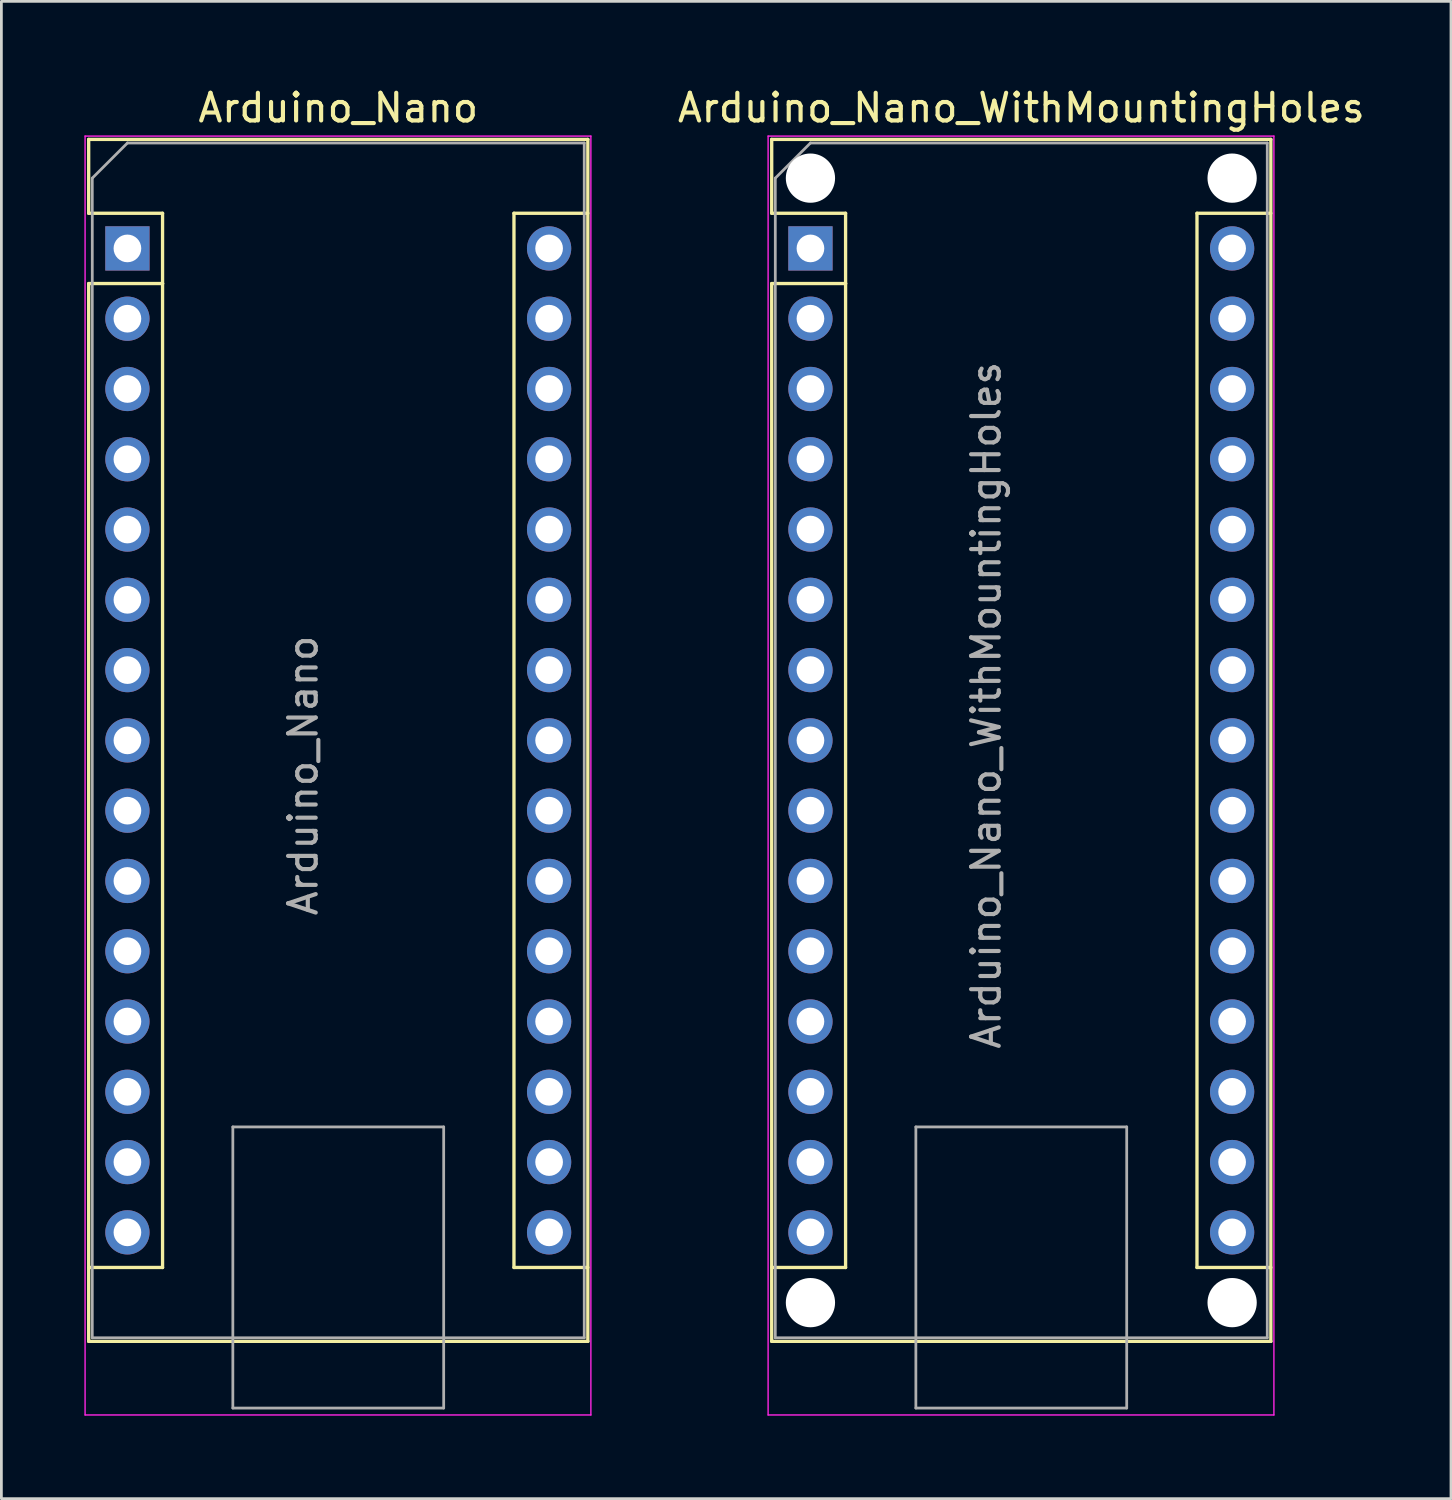
<source format=kicad_pcb>
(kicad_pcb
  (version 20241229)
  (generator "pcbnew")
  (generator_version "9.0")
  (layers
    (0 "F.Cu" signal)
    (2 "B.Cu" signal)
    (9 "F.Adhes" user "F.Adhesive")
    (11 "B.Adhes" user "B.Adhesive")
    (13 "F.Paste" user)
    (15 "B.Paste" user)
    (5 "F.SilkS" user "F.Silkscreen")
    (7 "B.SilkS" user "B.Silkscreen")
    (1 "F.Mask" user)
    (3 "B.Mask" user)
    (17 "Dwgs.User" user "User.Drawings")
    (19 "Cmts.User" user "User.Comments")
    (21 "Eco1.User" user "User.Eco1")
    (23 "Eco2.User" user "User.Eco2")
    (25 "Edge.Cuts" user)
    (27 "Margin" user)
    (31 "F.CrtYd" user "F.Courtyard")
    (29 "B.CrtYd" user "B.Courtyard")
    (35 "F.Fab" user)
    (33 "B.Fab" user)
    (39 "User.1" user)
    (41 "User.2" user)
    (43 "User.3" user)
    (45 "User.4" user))
  (footprint "Arduino_Nano_WithMountingHoles"
    (layer "F.Cu")
    (at 26.24 5.928)
    (property "Reference" "Arduino_Nano_WithMountingHoles" (at 7.62 -5.08 0) (layer "F.SilkS") (effects (font (size 1 1) (thickness 0.15))))
    (attr through_hole)
    (fp_line (start -1.4 -3.94) (end -1.4 -1.27) (stroke (width 0.12) (type solid)) (layer "F.SilkS"))
    (fp_line (start -1.4 1.27) (end -1.4 39.5) (stroke (width 0.12) (type solid)) (layer "F.SilkS"))
    (fp_line (start -1.4 39.5) (end 16.64 39.5) (stroke (width 0.12) (type solid)) (layer "F.SilkS"))
    (fp_line (start 1.27 -1.27) (end -1.4 -1.27) (stroke (width 0.12) (type solid)) (layer "F.SilkS"))
    (fp_line (start 1.27 1.27) (end -1.4 1.27) (stroke (width 0.12) (type solid)) (layer "F.SilkS"))
    (fp_line (start 1.27 1.27) (end 1.27 -1.27) (stroke (width 0.12) (type solid)) (layer "F.SilkS"))
    (fp_line (start 1.27 1.27) (end 1.27 36.83) (stroke (width 0.12) (type solid)) (layer "F.SilkS"))
    (fp_line (start 1.27 36.83) (end -1.4 36.83) (stroke (width 0.12) (type solid)) (layer "F.SilkS"))
    (fp_line (start 13.97 -1.27) (end 13.97 36.83) (stroke (width 0.12) (type solid)) (layer "F.SilkS"))
    (fp_line (start 13.97 -1.27) (end 16.64 -1.27) (stroke (width 0.12) (type solid)) (layer "F.SilkS"))
    (fp_line (start 13.97 36.83) (end 16.64 36.83) (stroke (width 0.12) (type solid)) (layer "F.SilkS"))
    (fp_line (start 16.64 -3.94) (end -1.4 -3.94) (stroke (width 0.12) (type solid)) (layer "F.SilkS"))
    (fp_line (start 16.64 39.5) (end 16.64 -3.94) (stroke (width 0.12) (type solid)) (layer "F.SilkS"))
    (fp_line (start -1.53 -4.06) (end -1.53 42.16) (stroke (width 0.05) (type solid)) (layer "F.CrtYd"))
    (fp_line (start -1.53 -4.06) (end 16.75 -4.06) (stroke (width 0.05) (type solid)) (layer "F.CrtYd"))
    (fp_line (start 16.75 42.16) (end -1.53 42.16) (stroke (width 0.05) (type solid)) (layer "F.CrtYd"))
    (fp_line (start 16.75 42.16) (end 16.75 -4.06) (stroke (width 0.05) (type solid)) (layer "F.CrtYd"))
    (fp_line (start -1.27 -2.54) (end 0 -3.81) (stroke (width 0.1) (type solid)) (layer "F.Fab"))
    (fp_line (start -1.27 39.37) (end -1.27 -2.54) (stroke (width 0.1) (type solid)) (layer "F.Fab"))
    (fp_line (start 0 -3.81) (end 16.51 -3.81) (stroke (width 0.1) (type solid)) (layer "F.Fab"))
    (fp_line (start 3.81 31.75) (end 11.43 31.75) (stroke (width 0.1) (type solid)) (layer "F.Fab"))
    (fp_line (start 3.81 41.91) (end 3.81 31.75) (stroke (width 0.1) (type solid)) (layer "F.Fab"))
    (fp_line (start 11.43 31.75) (end 11.43 41.91) (stroke (width 0.1) (type solid)) (layer "F.Fab"))
    (fp_line (start 11.43 41.91) (end 3.81 41.91) (stroke (width 0.1) (type solid)) (layer "F.Fab"))
    (fp_line (start 16.51 -3.81) (end 16.51 39.37) (stroke (width 0.1) (type solid)) (layer "F.Fab"))
    (fp_line (start 16.51 39.37) (end -1.27 39.37) (stroke (width 0.1) (type solid)) (layer "F.Fab"))
    (fp_text user "${REFERENCE}" (at 6.35 16.51 90) (layer "F.Fab") (effects (font (size 1 1) (thickness 0.15))))
    (pad "" np_thru_hole circle (at 0 -2.54) (size 1.78 1.78) (drill 1.78) (layers "*.Cu" "*.Mask"))
    (pad "" np_thru_hole circle (at 0 38.1) (size 1.78 1.78) (drill 1.78) (layers "*.Cu" "*.Mask"))
    (pad "" np_thru_hole circle (at 15.24 -2.54) (size 1.78 1.78) (drill 1.78) (layers "*.Cu" "*.Mask"))
    (pad "" np_thru_hole circle (at 15.24 38.1) (size 1.78 1.78) (drill 1.78) (layers "*.Cu" "*.Mask"))
    (pad "1" thru_hole rect (at 0 0) (size 1.6 1.6) (drill 1) (layers "*.Cu" "*.Mask"))
    (pad "2" thru_hole oval (at 0 2.54) (size 1.6 1.6) (drill 1) (layers "*.Cu" "*.Mask"))
    (pad "3" thru_hole oval (at 0 5.08) (size 1.6 1.6) (drill 1) (layers "*.Cu" "*.Mask"))
    (pad "4" thru_hole oval (at 0 7.62) (size 1.6 1.6) (drill 1) (layers "*.Cu" "*.Mask"))
    (pad "5" thru_hole oval (at 0 10.16) (size 1.6 1.6) (drill 1) (layers "*.Cu" "*.Mask"))
    (pad "6" thru_hole oval (at 0 12.7) (size 1.6 1.6) (drill 1) (layers "*.Cu" "*.Mask"))
    (pad "7" thru_hole oval (at 0 15.24) (size 1.6 1.6) (drill 1) (layers "*.Cu" "*.Mask"))
    (pad "8" thru_hole oval (at 0 17.78) (size 1.6 1.6) (drill 1) (layers "*.Cu" "*.Mask"))
    (pad "9" thru_hole oval (at 0 20.32) (size 1.6 1.6) (drill 1) (layers "*.Cu" "*.Mask"))
    (pad "10" thru_hole oval (at 0 22.86) (size 1.6 1.6) (drill 1) (layers "*.Cu" "*.Mask"))
    (pad "11" thru_hole oval (at 0 25.4) (size 1.6 1.6) (drill 1) (layers "*.Cu" "*.Mask"))
    (pad "12" thru_hole oval (at 0 27.94) (size 1.6 1.6) (drill 1) (layers "*.Cu" "*.Mask"))
    (pad "13" thru_hole oval (at 0 30.48) (size 1.6 1.6) (drill 1) (layers "*.Cu" "*.Mask"))
    (pad "14" thru_hole oval (at 0 33.02) (size 1.6 1.6) (drill 1) (layers "*.Cu" "*.Mask"))
    (pad "15" thru_hole oval (at 0 35.56) (size 1.6 1.6) (drill 1) (layers "*.Cu" "*.Mask"))
    (pad "16" thru_hole oval (at 15.24 35.56) (size 1.6 1.6) (drill 1) (layers "*.Cu" "*.Mask"))
    (pad "17" thru_hole oval (at 15.24 33.02) (size 1.6 1.6) (drill 1) (layers "*.Cu" "*.Mask"))
    (pad "18" thru_hole oval (at 15.24 30.48) (size 1.6 1.6) (drill 1) (layers "*.Cu" "*.Mask"))
    (pad "19" thru_hole oval (at 15.24 27.94) (size 1.6 1.6) (drill 1) (layers "*.Cu" "*.Mask"))
    (pad "20" thru_hole oval (at 15.24 25.4) (size 1.6 1.6) (drill 1) (layers "*.Cu" "*.Mask"))
    (pad "21" thru_hole oval (at 15.24 22.86) (size 1.6 1.6) (drill 1) (layers "*.Cu" "*.Mask"))
    (pad "22" thru_hole oval (at 15.24 20.32) (size 1.6 1.6) (drill 1) (layers "*.Cu" "*.Mask"))
    (pad "23" thru_hole oval (at 15.24 17.78) (size 1.6 1.6) (drill 1) (layers "*.Cu" "*.Mask"))
    (pad "24" thru_hole oval (at 15.24 15.24) (size 1.6 1.6) (drill 1) (layers "*.Cu" "*.Mask"))
    (pad "25" thru_hole oval (at 15.24 12.7) (size 1.6 1.6) (drill 1) (layers "*.Cu" "*.Mask"))
    (pad "26" thru_hole oval (at 15.24 10.16) (size 1.6 1.6) (drill 1) (layers "*.Cu" "*.Mask"))
    (pad "27" thru_hole oval (at 15.24 7.62) (size 1.6 1.6) (drill 1) (layers "*.Cu" "*.Mask"))
    (pad "28" thru_hole oval (at 15.24 5.08) (size 1.6 1.6) (drill 1) (layers "*.Cu" "*.Mask"))
    (pad "29" thru_hole oval (at 15.24 2.54) (size 1.6 1.6) (drill 1) (layers "*.Cu" "*.Mask"))
    (pad "30" thru_hole oval (at 15.24 0) (size 1.6 1.6) (drill 1) (layers "*.Cu" "*.Mask")))
  (footprint "Arduino_Nano"
    (layer "F.Cu")
    (at 1.555 5.928)
    (property "Reference" "Arduino_Nano" (at 7.62 -5.08 0) (layer "F.SilkS") (effects (font (size 1 1) (thickness 0.15))))
    (attr through_hole)
    (fp_line (start -1.4 -3.94) (end -1.4 -1.27) (stroke (width 0.12) (type solid)) (layer "F.SilkS"))
    (fp_line (start -1.4 1.27) (end -1.4 39.5) (stroke (width 0.12) (type solid)) (layer "F.SilkS"))
    (fp_line (start -1.4 39.5) (end 16.64 39.5) (stroke (width 0.12) (type solid)) (layer "F.SilkS"))
    (fp_line (start 1.27 -1.27) (end -1.4 -1.27) (stroke (width 0.12) (type solid)) (layer "F.SilkS"))
    (fp_line (start 1.27 1.27) (end -1.4 1.27) (stroke (width 0.12) (type solid)) (layer "F.SilkS"))
    (fp_line (start 1.27 1.27) (end 1.27 -1.27) (stroke (width 0.12) (type solid)) (layer "F.SilkS"))
    (fp_line (start 1.27 1.27) (end 1.27 36.83) (stroke (width 0.12) (type solid)) (layer "F.SilkS"))
    (fp_line (start 1.27 36.83) (end -1.4 36.83) (stroke (width 0.12) (type solid)) (layer "F.SilkS"))
    (fp_line (start 13.97 -1.27) (end 13.97 36.83) (stroke (width 0.12) (type solid)) (layer "F.SilkS"))
    (fp_line (start 13.97 -1.27) (end 16.64 -1.27) (stroke (width 0.12) (type solid)) (layer "F.SilkS"))
    (fp_line (start 13.97 36.83) (end 16.64 36.83) (stroke (width 0.12) (type solid)) (layer "F.SilkS"))
    (fp_line (start 16.64 -3.94) (end -1.4 -3.94) (stroke (width 0.12) (type solid)) (layer "F.SilkS"))
    (fp_line (start 16.64 39.5) (end 16.64 -3.94) (stroke (width 0.12) (type solid)) (layer "F.SilkS"))
    (fp_line (start -1.53 -4.06) (end -1.53 42.16) (stroke (width 0.05) (type solid)) (layer "F.CrtYd"))
    (fp_line (start -1.53 -4.06) (end 16.75 -4.06) (stroke (width 0.05) (type solid)) (layer "F.CrtYd"))
    (fp_line (start 16.75 42.16) (end -1.53 42.16) (stroke (width 0.05) (type solid)) (layer "F.CrtYd"))
    (fp_line (start 16.75 42.16) (end 16.75 -4.06) (stroke (width 0.05) (type solid)) (layer "F.CrtYd"))
    (fp_line (start -1.27 -2.54) (end 0 -3.81) (stroke (width 0.1) (type solid)) (layer "F.Fab"))
    (fp_line (start -1.27 39.37) (end -1.27 -2.54) (stroke (width 0.1) (type solid)) (layer "F.Fab"))
    (fp_line (start 0 -3.81) (end 16.51 -3.81) (stroke (width 0.1) (type solid)) (layer "F.Fab"))
    (fp_line (start 3.81 31.75) (end 11.43 31.75) (stroke (width 0.1) (type solid)) (layer "F.Fab"))
    (fp_line (start 3.81 41.91) (end 3.81 31.75) (stroke (width 0.1) (type solid)) (layer "F.Fab"))
    (fp_line (start 11.43 31.75) (end 11.43 41.91) (stroke (width 0.1) (type solid)) (layer "F.Fab"))
    (fp_line (start 11.43 41.91) (end 3.81 41.91) (stroke (width 0.1) (type solid)) (layer "F.Fab"))
    (fp_line (start 16.51 -3.81) (end 16.51 39.37) (stroke (width 0.1) (type solid)) (layer "F.Fab"))
    (fp_line (start 16.51 39.37) (end -1.27 39.37) (stroke (width 0.1) (type solid)) (layer "F.Fab"))
    (fp_text user "${REFERENCE}" (at 6.35 19.05 90) (layer "F.Fab") (effects (font (size 1 1) (thickness 0.15))))
    (pad "1" thru_hole rect (at 0 0) (size 1.6 1.6) (drill 1) (layers "*.Cu" "*.Mask"))
    (pad "2" thru_hole oval (at 0 2.54) (size 1.6 1.6) (drill 1) (layers "*.Cu" "*.Mask"))
    (pad "3" thru_hole oval (at 0 5.08) (size 1.6 1.6) (drill 1) (layers "*.Cu" "*.Mask"))
    (pad "4" thru_hole oval (at 0 7.62) (size 1.6 1.6) (drill 1) (layers "*.Cu" "*.Mask"))
    (pad "5" thru_hole oval (at 0 10.16) (size 1.6 1.6) (drill 1) (layers "*.Cu" "*.Mask"))
    (pad "6" thru_hole oval (at 0 12.7) (size 1.6 1.6) (drill 1) (layers "*.Cu" "*.Mask"))
    (pad "7" thru_hole oval (at 0 15.24) (size 1.6 1.6) (drill 1) (layers "*.Cu" "*.Mask"))
    (pad "8" thru_hole oval (at 0 17.78) (size 1.6 1.6) (drill 1) (layers "*.Cu" "*.Mask"))
    (pad "9" thru_hole oval (at 0 20.32) (size 1.6 1.6) (drill 1) (layers "*.Cu" "*.Mask"))
    (pad "10" thru_hole oval (at 0 22.86) (size 1.6 1.6) (drill 1) (layers "*.Cu" "*.Mask"))
    (pad "11" thru_hole oval (at 0 25.4) (size 1.6 1.6) (drill 1) (layers "*.Cu" "*.Mask"))
    (pad "12" thru_hole oval (at 0 27.94) (size 1.6 1.6) (drill 1) (layers "*.Cu" "*.Mask"))
    (pad "13" thru_hole oval (at 0 30.48) (size 1.6 1.6) (drill 1) (layers "*.Cu" "*.Mask"))
    (pad "14" thru_hole oval (at 0 33.02) (size 1.6 1.6) (drill 1) (layers "*.Cu" "*.Mask"))
    (pad "15" thru_hole oval (at 0 35.56) (size 1.6 1.6) (drill 1) (layers "*.Cu" "*.Mask"))
    (pad "16" thru_hole oval (at 15.24 35.56) (size 1.6 1.6) (drill 1) (layers "*.Cu" "*.Mask"))
    (pad "17" thru_hole oval (at 15.24 33.02) (size 1.6 1.6) (drill 1) (layers "*.Cu" "*.Mask"))
    (pad "18" thru_hole oval (at 15.24 30.48) (size 1.6 1.6) (drill 1) (layers "*.Cu" "*.Mask"))
    (pad "19" thru_hole oval (at 15.24 27.94) (size 1.6 1.6) (drill 1) (layers "*.Cu" "*.Mask"))
    (pad "20" thru_hole oval (at 15.24 25.4) (size 1.6 1.6) (drill 1) (layers "*.Cu" "*.Mask"))
    (pad "21" thru_hole oval (at 15.24 22.86) (size 1.6 1.6) (drill 1) (layers "*.Cu" "*.Mask"))
    (pad "22" thru_hole oval (at 15.24 20.32) (size 1.6 1.6) (drill 1) (layers "*.Cu" "*.Mask"))
    (pad "23" thru_hole oval (at 15.24 17.78) (size 1.6 1.6) (drill 1) (layers "*.Cu" "*.Mask"))
    (pad "24" thru_hole oval (at 15.24 15.24) (size 1.6 1.6) (drill 1) (layers "*.Cu" "*.Mask"))
    (pad "25" thru_hole oval (at 15.24 12.7) (size 1.6 1.6) (drill 1) (layers "*.Cu" "*.Mask"))
    (pad "26" thru_hole oval (at 15.24 10.16) (size 1.6 1.6) (drill 1) (layers "*.Cu" "*.Mask"))
    (pad "27" thru_hole oval (at 15.24 7.62) (size 1.6 1.6) (drill 1) (layers "*.Cu" "*.Mask"))
    (pad "28" thru_hole oval (at 15.24 5.08) (size 1.6 1.6) (drill 1) (layers "*.Cu" "*.Mask"))
    (pad "29" thru_hole oval (at 15.24 2.54) (size 1.6 1.6) (drill 1) (layers "*.Cu" "*.Mask"))
    (pad "30" thru_hole oval (at 15.24 0) (size 1.6 1.6) (drill 1) (layers "*.Cu" "*.Mask")))
  (gr_rect
    (start -3 -3)
    (end 49.39 51.113)
    (stroke (width 0.1) (type default))
    (fill no)
    (layer "Edge.Cuts")))
</source>
